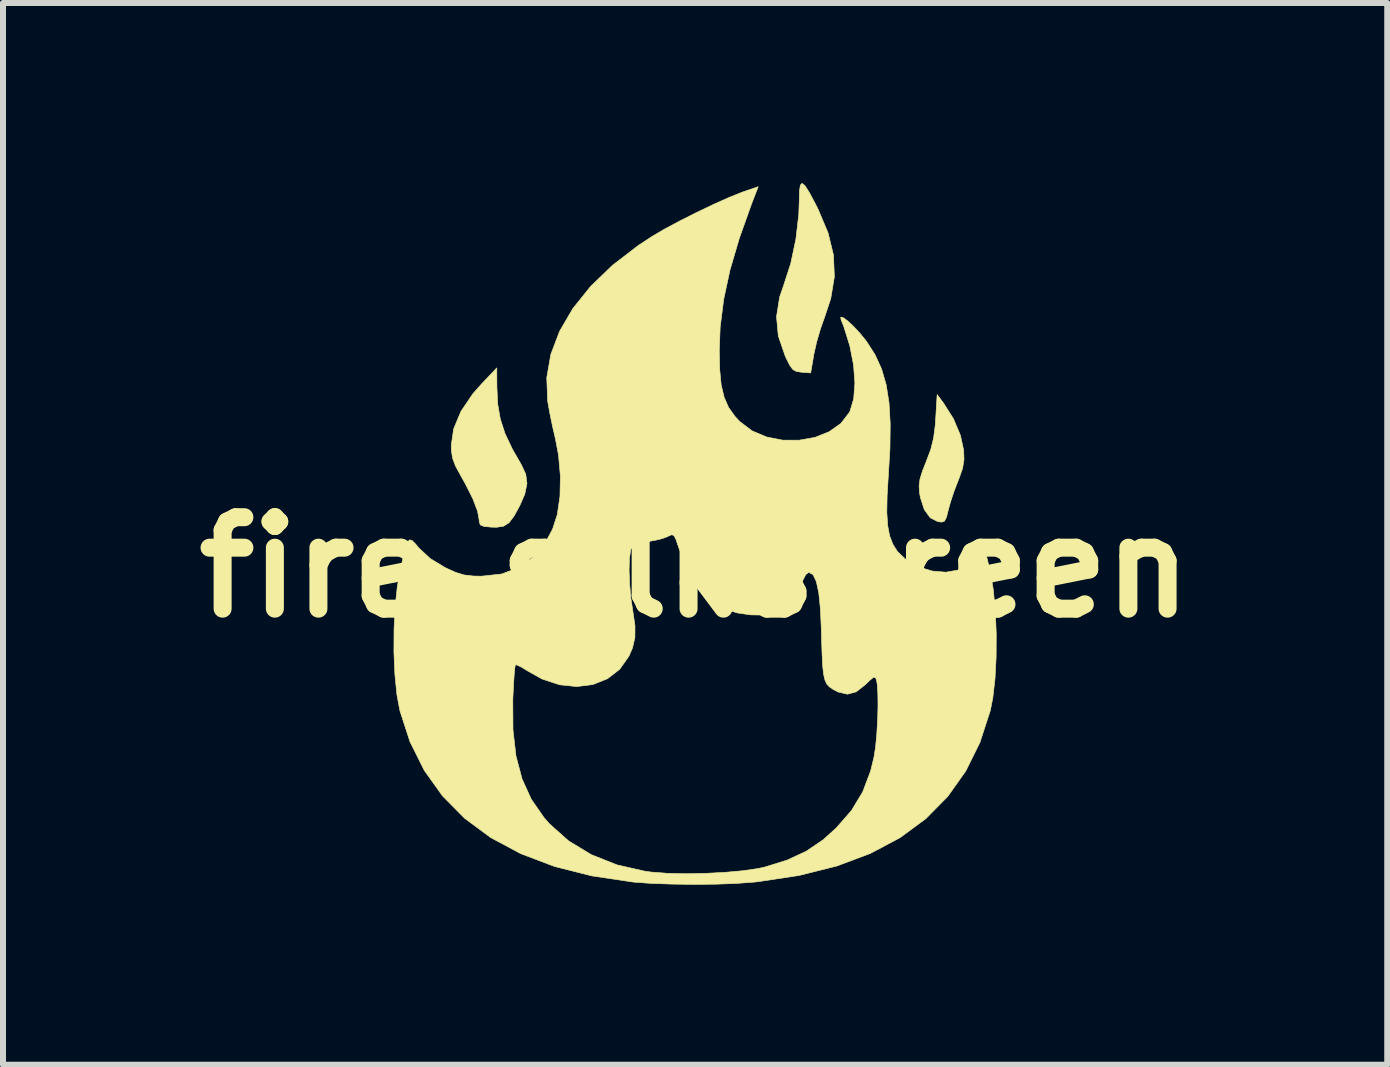
<source format=kicad_pcb>
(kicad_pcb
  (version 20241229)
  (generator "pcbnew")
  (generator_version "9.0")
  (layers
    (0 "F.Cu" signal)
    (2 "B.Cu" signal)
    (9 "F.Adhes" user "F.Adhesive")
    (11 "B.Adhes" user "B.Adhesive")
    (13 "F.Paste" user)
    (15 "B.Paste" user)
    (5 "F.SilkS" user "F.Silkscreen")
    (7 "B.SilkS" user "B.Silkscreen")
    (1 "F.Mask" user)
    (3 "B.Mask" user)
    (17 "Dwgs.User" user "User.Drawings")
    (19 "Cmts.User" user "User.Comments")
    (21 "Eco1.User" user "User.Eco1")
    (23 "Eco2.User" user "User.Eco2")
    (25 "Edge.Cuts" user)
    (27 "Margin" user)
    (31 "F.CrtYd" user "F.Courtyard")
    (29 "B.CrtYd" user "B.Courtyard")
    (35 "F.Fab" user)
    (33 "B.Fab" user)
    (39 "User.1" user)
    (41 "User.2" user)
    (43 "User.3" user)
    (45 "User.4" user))
  (footprint "fire_silkscreen"
    (layer "F.Cu")
    (at 8.534 6.404)
    (property "Reference" "fire_silkscreen" (at 0 0 0) (layer "F.SilkS") (effects (font (size 1.524 1.524) (thickness 0.3))))
    (attr through_hole)
    (fp_poly (pts (xy 4.137 -2.741) (xy 4.306 -2.474) (xy 4.422 -2.198) (xy 4.476 -1.95) (xy 4.481 -1.792) (xy 4.458 -1.65) (xy 4.4 -1.484) (xy 4.385 -1.447) (xy 4.316 -1.268) (xy 4.254 -1.08) (xy 4.221 -0.96) (xy 4.189 -0.833) (xy 4.157 -0.77) (xy 4.11 -0.753) (xy 4.045 -0.761) (xy 3.919 -0.825) (xy 3.82 -0.961) (xy 3.755 -1.16) (xy 3.741 -1.239) (xy 3.733 -1.356) (xy 3.748 -1.471) (xy 3.792 -1.612) (xy 3.851 -1.76) (xy 3.928 -1.965) (xy 3.975 -2.156) (xy 4.003 -2.372) (xy 4.01 -2.482) (xy 4.034 -2.878) (xy 4.137 -2.741)) (stroke (width 0.01) (type solid)) (fill yes) (layer "F.SilkS"))
    (fp_poly (pts (xy 1.833 -6.357) (xy 1.906 -6.242) (xy 2.007 -6.051) (xy 2.05 -5.966) (xy 2.216 -5.573) (xy 2.306 -5.203) (xy 2.321 -4.842) (xy 2.261 -4.478) (xy 2.163 -4.182) (xy 2.09 -3.976) (xy 2.024 -3.749) (xy 1.979 -3.549) (xy 1.979 -3.547) (xy 1.926 -3.239) (xy 1.772 -3.251) (xy 1.687 -3.264) (xy 1.628 -3.297) (xy 1.576 -3.369) (xy 1.512 -3.497) (xy 1.499 -3.527) (xy 1.387 -3.854) (xy 1.357 -4.176) (xy 1.409 -4.503) (xy 1.477 -4.702) (xy 1.594 -5.063) (xy 1.68 -5.469) (xy 1.728 -5.884) (xy 1.736 -6.107) (xy 1.74 -6.272) (xy 1.754 -6.37) (xy 1.784 -6.399) (xy 1.833 -6.357)) (stroke (width 0.01) (type solid)) (fill yes) (layer "F.SilkS"))
    (fp_poly (pts (xy -3.303 -3.004) (xy -3.29 -2.723) (xy -3.247 -2.473) (xy -3.168 -2.23) (xy -3.045 -1.969) (xy -2.898 -1.714) (xy -2.822 -1.552) (xy -2.802 -1.394) (xy -2.839 -1.217) (xy -2.921 -1.029) (xy -3.017 -0.853) (xy -3.101 -0.742) (xy -3.192 -0.685) (xy -3.307 -0.667) (xy -3.397 -0.669) (xy -3.519 -0.681) (xy -3.579 -0.706) (xy -3.597 -0.757) (xy -3.598 -0.785) (xy -3.625 -0.935) (xy -3.703 -1.14) (xy -3.829 -1.391) (xy -3.903 -1.523) (xy -3.993 -1.688) (xy -4.042 -1.819) (xy -4.062 -1.949) (xy -4.064 -2.031) (xy -4.023 -2.309) (xy -3.902 -2.598) (xy -3.705 -2.89) (xy -3.562 -3.052) (xy -3.305 -3.323) (xy -3.303 -3.004)) (stroke (width 0.01) (type solid)) (fill yes) (layer "F.SilkS"))
    (fp_poly (pts (xy 0.943 -6.061) (xy 0.737 -5.483) (xy 0.582 -4.957) (xy 0.477 -4.468) (xy 0.418 -4.005) (xy 0.403 -3.619) (xy 0.41 -3.295) (xy 0.435 -3.038) (xy 0.484 -2.832) (xy 0.559 -2.662) (xy 0.667 -2.512) (xy 0.743 -2.43) (xy 0.949 -2.274) (xy 1.193 -2.171) (xy 1.459 -2.119) (xy 1.732 -2.118) (xy 1.994 -2.164) (xy 2.232 -2.258) (xy 2.43 -2.398) (xy 2.571 -2.581) (xy 2.581 -2.6) (xy 2.643 -2.808) (xy 2.663 -3.07) (xy 2.641 -3.369) (xy 2.579 -3.688) (xy 2.479 -4.009) (xy 2.433 -4.125) (xy 2.427 -4.17) (xy 2.466 -4.162) (xy 2.538 -4.11) (xy 2.631 -4.024) (xy 2.735 -3.914) (xy 2.837 -3.79) (xy 2.858 -3.763) (xy 2.999 -3.543) (xy 3.107 -3.307) (xy 3.184 -3.043) (xy 3.232 -2.74) (xy 3.252 -2.388) (xy 3.247 -1.975) (xy 3.221 -1.54) (xy 3.2 -1.193) (xy 3.195 -0.916) (xy 3.209 -0.697) (xy 3.242 -0.523) (xy 3.297 -0.382) (xy 3.371 -0.264) (xy 3.528 -0.115) (xy 3.73 -0.004) (xy 3.955 0.063) (xy 4.18 0.082) (xy 4.383 0.046) (xy 4.47 0.005) (xy 4.575 -0.09) (xy 4.669 -0.223) (xy 4.731 -0.362) (xy 4.743 -0.43) (xy 4.753 -0.467) (xy 4.778 -0.432) (xy 4.814 -0.334) (xy 4.857 -0.183) (xy 4.905 0.012) (xy 4.918 0.071) (xy 4.97 0.375) (xy 5.003 0.729) (xy 5.019 1.109) (xy 5.017 1.492) (xy 4.998 1.857) (xy 4.961 2.179) (xy 4.92 2.387) (xy 4.747 2.919) (xy 4.511 3.396) (xy 4.211 3.819) (xy 3.846 4.189) (xy 3.418 4.505) (xy 2.923 4.768) (xy 2.364 4.978) (xy 1.738 5.135) (xy 1.046 5.24) (xy 0.98 5.247) (xy 0.695 5.268) (xy 0.354 5.281) (xy -0.016 5.285) (xy -0.386 5.28) (xy -0.729 5.268) (xy -1.018 5.247) (xy -1.037 5.245) (xy -1.722 5.143) (xy -2.346 4.985) (xy -2.907 4.772) (xy -3.406 4.505) (xy -3.84 4.184) (xy -4.209 3.811) (xy -4.514 3.384) (xy -4.752 2.906) (xy -4.919 2.392) (xy -4.953 2.212) (xy -3.038 2.212) (xy -3.035 2.71) (xy -2.985 3.145) (xy -2.884 3.527) (xy -2.73 3.866) (xy -2.519 4.17) (xy -2.428 4.275) (xy -2.108 4.56) (xy -1.73 4.789) (xy -1.303 4.959) (xy -0.837 5.065) (xy -0.726 5.08) (xy -0.463 5.1) (xy -0.156 5.107) (xy 0.171 5.101) (xy 0.496 5.084) (xy 0.796 5.057) (xy 1.047 5.021) (xy 1.157 4.997) (xy 1.534 4.88) (xy 1.852 4.732) (xy 2.133 4.542) (xy 2.353 4.343) (xy 2.608 4.051) (xy 2.794 3.742) (xy 2.925 3.395) (xy 2.981 3.166) (xy 3.008 2.994) (xy 3.028 2.779) (xy 3.042 2.545) (xy 3.048 2.312) (xy 3.046 2.105) (xy 3.035 1.945) (xy 3.023 1.881) (xy 3.005 1.836) (xy 2.973 1.834) (xy 2.912 1.883) (xy 2.838 1.955) (xy 2.686 2.075) (xy 2.539 2.115) (xy 2.382 2.078) (xy 2.299 2.034) (xy 2.241 1.995) (xy 2.197 1.949) (xy 2.166 1.885) (xy 2.143 1.79) (xy 2.127 1.653) (xy 2.117 1.461) (xy 2.108 1.203) (xy 2.104 1.037) (xy 2.088 0.69) (xy 2.061 0.424) (xy 2.02 0.237) (xy 1.966 0.124) (xy 1.897 0.085) (xy 1.893 0.085) (xy 1.845 0.121) (xy 1.797 0.214) (xy 1.783 0.255) (xy 1.692 0.449) (xy 1.554 0.618) (xy 1.39 0.737) (xy 1.325 0.765) (xy 1.145 0.796) (xy 0.925 0.793) (xy 0.701 0.76) (xy 0.51 0.699) (xy 0.484 0.687) (xy 0.242 0.518) (xy 0.027 0.276) (xy -0.153 -0.029) (xy -0.273 -0.328) (xy -0.318 -0.461) (xy -0.351 -0.527) (xy -0.388 -0.543) (xy -0.442 -0.521) (xy -0.458 -0.512) (xy -0.552 -0.477) (xy -0.656 -0.452) (xy -0.844 -0.417) (xy -0.963 -0.385) (xy -1.032 -0.35) (xy -1.067 -0.306) (xy -1.075 -0.281) (xy -1.095 -0.143) (xy -1.1 0.052) (xy -1.091 0.28) (xy -1.07 0.515) (xy -1.038 0.729) (xy -1.002 0.974) (xy -1.003 1.17) (xy -1.043 1.343) (xy -1.103 1.482) (xy -1.256 1.699) (xy -1.46 1.857) (xy -1.703 1.954) (xy -1.973 1.988) (xy -2.259 1.958) (xy -2.55 1.862) (xy -2.788 1.729) (xy -2.896 1.663) (xy -2.972 1.627) (xy -2.995 1.626) (xy -3.004 1.674) (xy -3.015 1.79) (xy -3.026 1.959) (xy -3.036 2.163) (xy -3.038 2.212) (xy -4.953 2.212) (xy -4.97 2.119) (xy -5.003 1.785) (xy -5.019 1.416) (xy -5.017 1.032) (xy -4.999 0.658) (xy -4.962 0.317) (xy -4.921 0.085) (xy -4.868 -0.154) (xy -4.827 -0.319) (xy -4.793 -0.417) (xy -4.759 -0.457) (xy -4.719 -0.448) (xy -4.666 -0.396) (xy -4.603 -0.321) (xy -4.412 -0.144) (xy -4.16 0.008) (xy -3.99 0.085) (xy -3.849 0.128) (xy -3.695 0.146) (xy -3.557 0.148) (xy -3.224 0.112) (xy -2.935 0.003) (xy -2.688 -0.179) (xy -2.484 -0.434) (xy -2.376 -0.633) (xy -2.296 -0.88) (xy -2.252 -1.183) (xy -2.245 -1.519) (xy -2.276 -1.868) (xy -2.327 -2.138) (xy -2.375 -2.345) (xy -2.419 -2.557) (xy -2.451 -2.735) (xy -2.457 -2.773) (xy -2.472 -3.158) (xy -2.405 -3.546) (xy -2.259 -3.932) (xy -2.038 -4.311) (xy -1.743 -4.679) (xy -1.379 -5.031) (xy -0.947 -5.363) (xy -0.716 -5.515) (xy -0.509 -5.636) (xy -0.255 -5.772) (xy 0.023 -5.912) (xy 0.301 -6.045) (xy 0.557 -6.16) (xy 0.769 -6.245) (xy 0.812 -6.261) (xy 1.052 -6.343) (xy 0.943 -6.061)) (stroke (width 0.01) (type solid)) (fill yes) (layer "F.SilkS")))
  (gr_rect
    (start -3 -3)
    (end 20.069 14.694)
    (stroke (width 0.1) (type default))
    (fill no)
    (layer "Edge.Cuts")))
</source>
